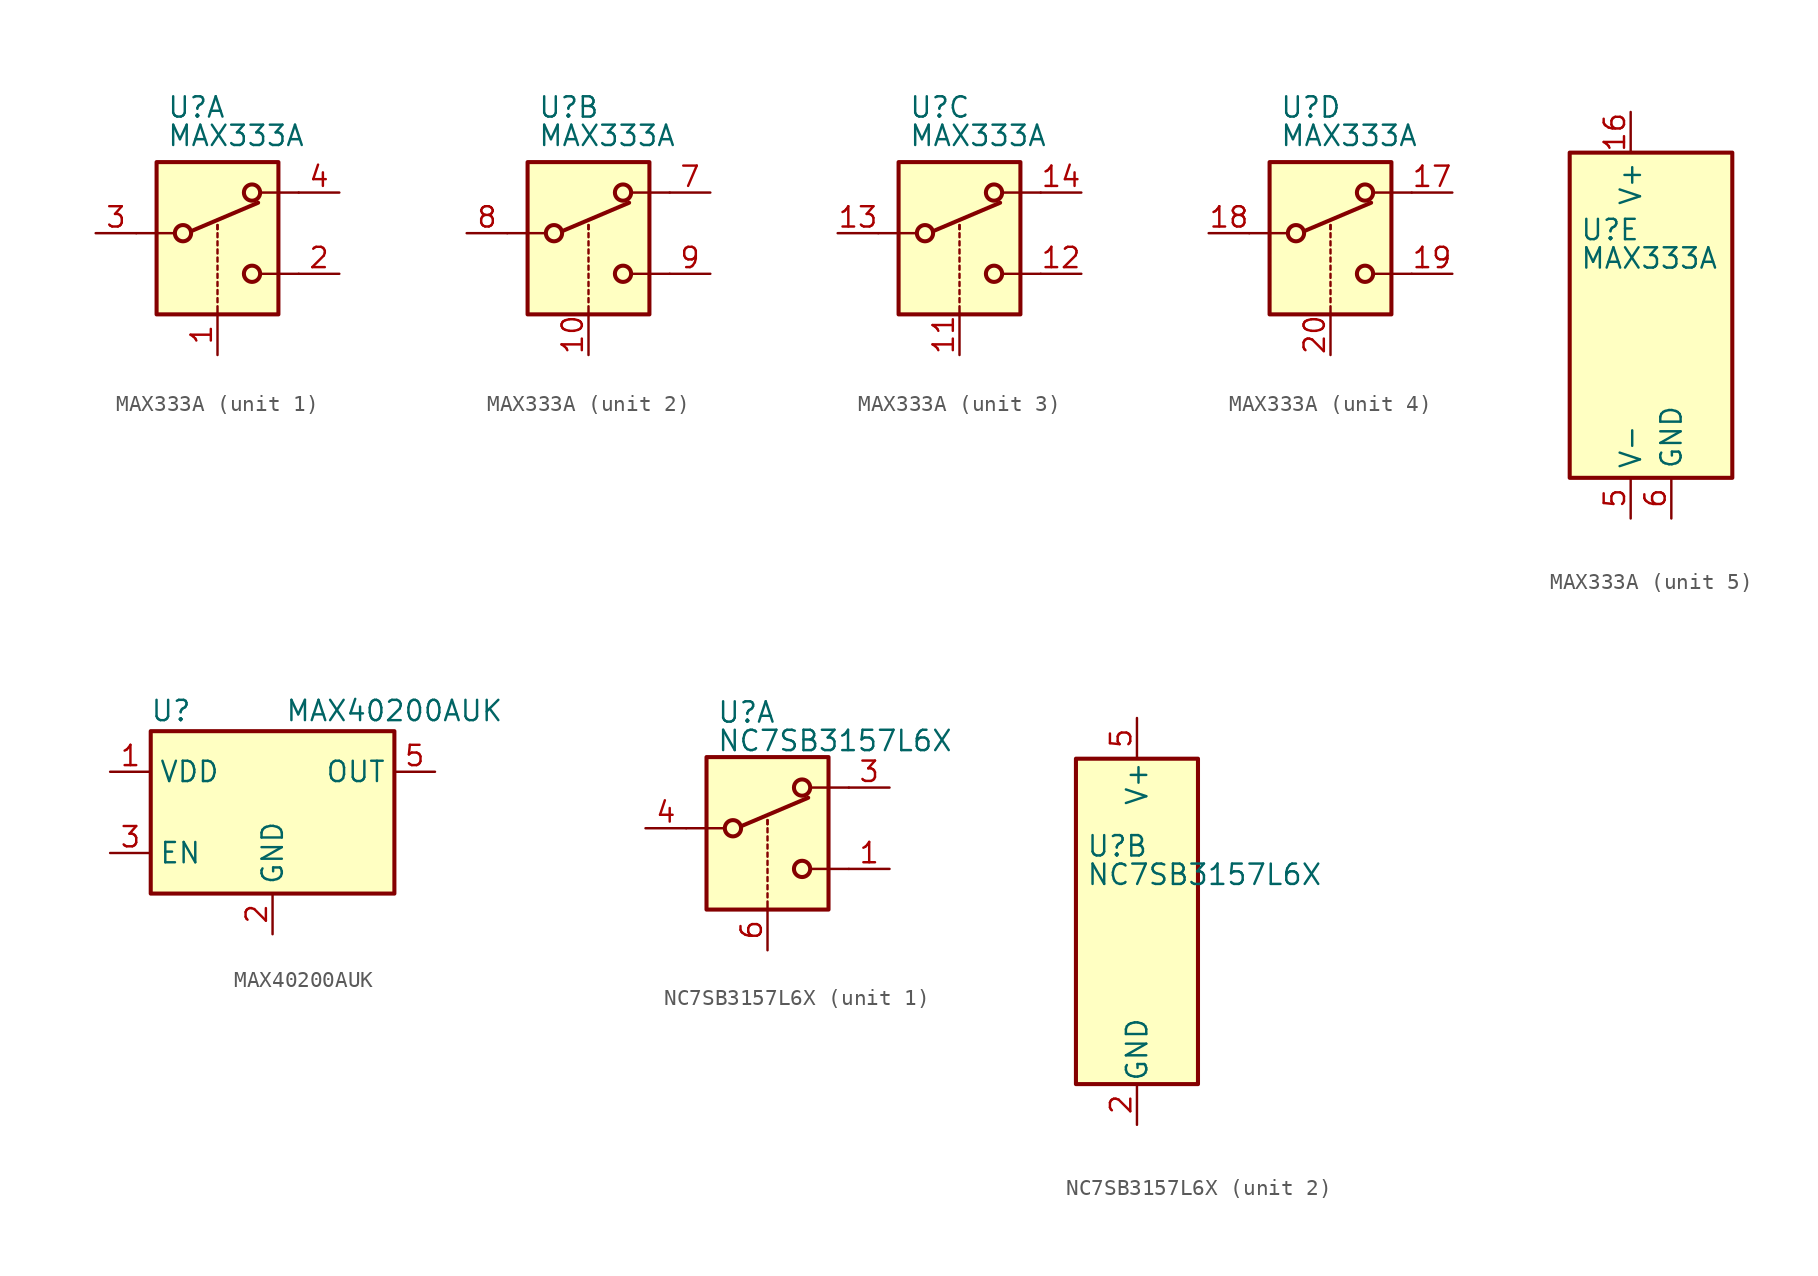
<source format=kicad_sym>
(kicad_symbol_lib
  (version 20220914)
  (generator kicad_symbol_editor)
  (symbol "MAX333A"
    (property "Reference" "U"
      (at -3.175 5.334 0)
      (effects (font (size 1.27 1.27)) (justify left)))
    (property "Value" "MAX333A"
      (at -3.175 3.556 0)
      (effects (font (size 1.27 1.27)) (justify left)))
    (symbol "MAX333A_1_1"
      (rectangle (start -3.81 1.905) (end 3.81 -7.62) (stroke (width 0.254) (type default)) (fill (type background)))
      (circle (center -2.159 -2.54) (radius 0.508) (stroke (width 0.254) (type default)) (fill (type none)))
      (polyline (pts (xy -5.08 -2.54) (xy -2.794 -2.54)) (stroke (width 0) (type default)) (fill (type none)))
      (polyline (pts (xy -1.651 -2.413) (xy 2.54 -0.635)) (stroke (width 0.254) (type default)) (fill (type none)))
      (polyline (pts (xy 0 -7.62) (xy 0 -7.112)) (stroke (width 0) (type default)) (fill (type none)))
      (polyline (pts (xy 0 -6.858) (xy 0 -6.604)) (stroke (width 0) (type default)) (fill (type none)))
      (polyline (pts (xy 0 -6.35) (xy 0 -6.096)) (stroke (width 0) (type default)) (fill (type none)))
      (polyline (pts (xy 0 -5.842) (xy 0 -5.588)) (stroke (width 0) (type default)) (fill (type none)))
      (polyline (pts (xy 0 -5.334) (xy 0 -5.08)) (stroke (width 0) (type default)) (fill (type none)))
      (polyline (pts (xy 0 -4.826) (xy 0 -4.572)) (stroke (width 0) (type default)) (fill (type none)))
      (polyline (pts (xy 0 -4.318) (xy 0 -4.064)) (stroke (width 0) (type default)) (fill (type none)))
      (polyline (pts (xy 0 -3.81) (xy 0 -3.556)) (stroke (width 0) (type default)) (fill (type none)))
      (polyline (pts (xy 0 -3.302) (xy 0 -3.048)) (stroke (width 0) (type default)) (fill (type none)))
      (polyline (pts (xy 0 -2.794) (xy 0 -2.54)) (stroke (width 0) (type default)) (fill (type none)))
      (polyline (pts (xy 0 -2.286) (xy 0 -2.032)) (stroke (width 0) (type default)) (fill (type none)))
      (polyline (pts (xy 0 -2.286) (xy 0 -2.032)) (stroke (width 0) (type default)) (fill (type none)))
      (polyline (pts (xy 5.08 -5.08) (xy 2.794 -5.08)) (stroke (width 0) (type default)) (fill (type none)))
      (polyline (pts (xy 5.08 0) (xy 2.794 0)) (stroke (width 0) (type default)) (fill (type none)))
      (circle (center 2.159 -5.08) (radius 0.508) (stroke (width 0.254) (type default)) (fill (type none)))
      (circle (center 2.159 0) (radius 0.508) (stroke (width 0.254) (type default)) (fill (type none)))
      (pin input line (at 0 -10.16 90) (length 2.54) (name "~" (effects (font (size 1.27 1.27)))) (number "1" (effects (font (size 1.27 1.27)))))
      (pin passive line (at 7.62 -5.08 180) (length 2.54) (name "~" (effects (font (size 1.27 1.27)))) (number "2" (effects (font (size 1.27 1.27)))))
      (pin passive line (at -7.62 -2.54 0) (length 2.54) (name "~" (effects (font (size 1.27 1.27)))) (number "3" (effects (font (size 1.27 1.27)))))
      (pin passive line (at 7.62 0 180) (length 2.54) (name "~" (effects (font (size 1.27 1.27)))) (number "4" (effects (font (size 1.27 1.27))))))
    (symbol "MAX333A_2_1"
      (rectangle (start -3.81 1.905) (end 3.81 -7.62) (stroke (width 0.254) (type default)) (fill (type background)))
      (circle (center -2.159 -2.54) (radius 0.508) (stroke (width 0.254) (type default)) (fill (type none)))
      (polyline (pts (xy -5.08 -2.54) (xy -2.794 -2.54)) (stroke (width 0) (type default)) (fill (type none)))
      (polyline (pts (xy -1.651 -2.413) (xy 2.54 -0.635)) (stroke (width 0.254) (type default)) (fill (type none)))
      (polyline (pts (xy 0 -7.62) (xy 0 -7.112)) (stroke (width 0) (type default)) (fill (type none)))
      (polyline (pts (xy 0 -6.858) (xy 0 -6.604)) (stroke (width 0) (type default)) (fill (type none)))
      (polyline (pts (xy 0 -6.35) (xy 0 -6.096)) (stroke (width 0) (type default)) (fill (type none)))
      (polyline (pts (xy 0 -5.842) (xy 0 -5.588)) (stroke (width 0) (type default)) (fill (type none)))
      (polyline (pts (xy 0 -5.334) (xy 0 -5.08)) (stroke (width 0) (type default)) (fill (type none)))
      (polyline (pts (xy 0 -4.826) (xy 0 -4.572)) (stroke (width 0) (type default)) (fill (type none)))
      (polyline (pts (xy 0 -4.318) (xy 0 -4.064)) (stroke (width 0) (type default)) (fill (type none)))
      (polyline (pts (xy 0 -3.81) (xy 0 -3.556)) (stroke (width 0) (type default)) (fill (type none)))
      (polyline (pts (xy 0 -3.302) (xy 0 -3.048)) (stroke (width 0) (type default)) (fill (type none)))
      (polyline (pts (xy 0 -2.794) (xy 0 -2.54)) (stroke (width 0) (type default)) (fill (type none)))
      (polyline (pts (xy 0 -2.286) (xy 0 -2.032)) (stroke (width 0) (type default)) (fill (type none)))
      (polyline (pts (xy 0 -2.286) (xy 0 -2.032)) (stroke (width 0) (type default)) (fill (type none)))
      (polyline (pts (xy 5.08 -5.08) (xy 2.794 -5.08)) (stroke (width 0) (type default)) (fill (type none)))
      (polyline (pts (xy 5.08 0) (xy 2.794 0)) (stroke (width 0) (type default)) (fill (type none)))
      (circle (center 2.159 -5.08) (radius 0.508) (stroke (width 0.254) (type default)) (fill (type none)))
      (circle (center 2.159 0) (radius 0.508) (stroke (width 0.254) (type default)) (fill (type none)))
      (pin input line (at 0 -10.16 90) (length 2.54) (name "~" (effects (font (size 1.27 1.27)))) (number "10" (effects (font (size 1.27 1.27)))))
      (pin passive line (at 7.62 0 180) (length 2.54) (name "~" (effects (font (size 1.27 1.27)))) (number "7" (effects (font (size 1.27 1.27)))))
      (pin passive line (at -7.62 -2.54 0) (length 2.54) (name "~" (effects (font (size 1.27 1.27)))) (number "8" (effects (font (size 1.27 1.27)))))
      (pin passive line (at 7.62 -5.08 180) (length 2.54) (name "~" (effects (font (size 1.27 1.27)))) (number "9" (effects (font (size 1.27 1.27))))))
    (symbol "MAX333A_3_1"
      (rectangle (start -3.81 1.905) (end 3.81 -7.62) (stroke (width 0.254) (type default)) (fill (type background)))
      (circle (center -2.159 -2.54) (radius 0.508) (stroke (width 0.254) (type default)) (fill (type none)))
      (polyline (pts (xy -5.08 -2.54) (xy -2.794 -2.54)) (stroke (width 0) (type default)) (fill (type none)))
      (polyline (pts (xy -1.651 -2.413) (xy 2.54 -0.635)) (stroke (width 0.254) (type default)) (fill (type none)))
      (polyline (pts (xy 0 -7.62) (xy 0 -7.112)) (stroke (width 0) (type default)) (fill (type none)))
      (polyline (pts (xy 0 -6.858) (xy 0 -6.604)) (stroke (width 0) (type default)) (fill (type none)))
      (polyline (pts (xy 0 -6.35) (xy 0 -6.096)) (stroke (width 0) (type default)) (fill (type none)))
      (polyline (pts (xy 0 -5.842) (xy 0 -5.588)) (stroke (width 0) (type default)) (fill (type none)))
      (polyline (pts (xy 0 -5.334) (xy 0 -5.08)) (stroke (width 0) (type default)) (fill (type none)))
      (polyline (pts (xy 0 -4.826) (xy 0 -4.572)) (stroke (width 0) (type default)) (fill (type none)))
      (polyline (pts (xy 0 -4.318) (xy 0 -4.064)) (stroke (width 0) (type default)) (fill (type none)))
      (polyline (pts (xy 0 -3.81) (xy 0 -3.556)) (stroke (width 0) (type default)) (fill (type none)))
      (polyline (pts (xy 0 -3.302) (xy 0 -3.048)) (stroke (width 0) (type default)) (fill (type none)))
      (polyline (pts (xy 0 -2.794) (xy 0 -2.54)) (stroke (width 0) (type default)) (fill (type none)))
      (polyline (pts (xy 0 -2.286) (xy 0 -2.032)) (stroke (width 0) (type default)) (fill (type none)))
      (polyline (pts (xy 0 -2.286) (xy 0 -2.032)) (stroke (width 0) (type default)) (fill (type none)))
      (polyline (pts (xy 5.08 -5.08) (xy 2.794 -5.08)) (stroke (width 0) (type default)) (fill (type none)))
      (polyline (pts (xy 5.08 0) (xy 2.794 0)) (stroke (width 0) (type default)) (fill (type none)))
      (circle (center 2.159 -5.08) (radius 0.508) (stroke (width 0.254) (type default)) (fill (type none)))
      (circle (center 2.159 0) (radius 0.508) (stroke (width 0.254) (type default)) (fill (type none)))
      (pin input line (at 0 -10.16 90) (length 2.54) (name "~" (effects (font (size 1.27 1.27)))) (number "11" (effects (font (size 1.27 1.27)))))
      (pin passive line (at 7.62 -5.08 180) (length 2.54) (name "~" (effects (font (size 1.27 1.27)))) (number "12" (effects (font (size 1.27 1.27)))))
      (pin passive line (at -7.62 -2.54 0) (length 2.54) (name "~" (effects (font (size 1.27 1.27)))) (number "13" (effects (font (size 1.27 1.27)))))
      (pin passive line (at 7.62 0 180) (length 2.54) (name "~" (effects (font (size 1.27 1.27)))) (number "14" (effects (font (size 1.27 1.27))))))
    (symbol "MAX333A_4_1"
      (rectangle (start -3.81 1.905) (end 3.81 -7.62) (stroke (width 0.254) (type default)) (fill (type background)))
      (circle (center -2.159 -2.54) (radius 0.508) (stroke (width 0.254) (type default)) (fill (type none)))
      (polyline (pts (xy -5.08 -2.54) (xy -2.794 -2.54)) (stroke (width 0) (type default)) (fill (type none)))
      (polyline (pts (xy -1.651 -2.413) (xy 2.54 -0.635)) (stroke (width 0.254) (type default)) (fill (type none)))
      (polyline (pts (xy 0 -7.62) (xy 0 -7.112)) (stroke (width 0) (type default)) (fill (type none)))
      (polyline (pts (xy 0 -6.858) (xy 0 -6.604)) (stroke (width 0) (type default)) (fill (type none)))
      (polyline (pts (xy 0 -6.35) (xy 0 -6.096)) (stroke (width 0) (type default)) (fill (type none)))
      (polyline (pts (xy 0 -5.842) (xy 0 -5.588)) (stroke (width 0) (type default)) (fill (type none)))
      (polyline (pts (xy 0 -5.334) (xy 0 -5.08)) (stroke (width 0) (type default)) (fill (type none)))
      (polyline (pts (xy 0 -4.826) (xy 0 -4.572)) (stroke (width 0) (type default)) (fill (type none)))
      (polyline (pts (xy 0 -4.318) (xy 0 -4.064)) (stroke (width 0) (type default)) (fill (type none)))
      (polyline (pts (xy 0 -3.81) (xy 0 -3.556)) (stroke (width 0) (type default)) (fill (type none)))
      (polyline (pts (xy 0 -3.302) (xy 0 -3.048)) (stroke (width 0) (type default)) (fill (type none)))
      (polyline (pts (xy 0 -2.794) (xy 0 -2.54)) (stroke (width 0) (type default)) (fill (type none)))
      (polyline (pts (xy 0 -2.286) (xy 0 -2.032)) (stroke (width 0) (type default)) (fill (type none)))
      (polyline (pts (xy 0 -2.286) (xy 0 -2.032)) (stroke (width 0) (type default)) (fill (type none)))
      (polyline (pts (xy 5.08 -5.08) (xy 2.794 -5.08)) (stroke (width 0) (type default)) (fill (type none)))
      (polyline (pts (xy 5.08 0) (xy 2.794 0)) (stroke (width 0) (type default)) (fill (type none)))
      (circle (center 2.159 -5.08) (radius 0.508) (stroke (width 0.254) (type default)) (fill (type none)))
      (circle (center 2.159 0) (radius 0.508) (stroke (width 0.254) (type default)) (fill (type none)))
      (pin passive line (at 7.62 0 180) (length 2.54) (name "~" (effects (font (size 1.27 1.27)))) (number "17" (effects (font (size 1.27 1.27)))))
      (pin passive line (at -7.62 -2.54 0) (length 2.54) (name "~" (effects (font (size 1.27 1.27)))) (number "18" (effects (font (size 1.27 1.27)))))
      (pin passive line (at 7.62 -5.08 180) (length 2.54) (name "~" (effects (font (size 1.27 1.27)))) (number "19" (effects (font (size 1.27 1.27)))))
      (pin input line (at 0 -10.16 90) (length 2.54) (name "~" (effects (font (size 1.27 1.27)))) (number "20" (effects (font (size 1.27 1.27))))))
    (symbol "MAX333A_5_0"
      (pin no_connect line (at 2.54 10.16 270) (length 2.54) hide (name "NC" (effects (font (size 1.27 1.27)))) (number "15" (effects (font (size 1.27 1.27)))))
      (pin power_in line (at 0 12.7 270) (length 2.54) (name "V+" (effects (font (size 1.27 1.27)))) (number "16" (effects (font (size 1.27 1.27)))))
      (pin power_in line (at 0 -12.7 90) (length 2.54) (name "V-" (effects (font (size 1.27 1.27)))) (number "5" (effects (font (size 1.27 1.27)))))
      (pin power_in line (at 2.54 -12.7 90) (length 2.54) (name "GND" (effects (font (size 1.27 1.27)))) (number "6" (effects (font (size 1.27 1.27))))))
    (symbol "MAX333A_5_1"
      (rectangle (start -3.81 10.16) (end 6.35 -10.16) (stroke (width 0.254) (type default)) (fill (type background)))))
  (symbol "MAX40200AUK"
    (property "Reference" "U"
      (at -6.35 6.35 0)
      (effects (font (size 1.27 1.27))))
    (property "Value" "MAX40200AUK"
      (at 7.62 6.35 0)
      (effects (font (size 1.27 1.27))))
    (symbol "MAX40200AUK_1_1"
      (rectangle (start -7.62 -5.08) (end 7.62 5.08) (stroke (width 0.254) (type default)) (fill (type background)))
      (pin power_in line (at -10.16 2.54 0) (length 2.54) (name "VDD" (effects (font (size 1.27 1.27)))) (number "1" (effects (font (size 1.27 1.27)))))
      (pin power_in line (at 0 -7.62 90) (length 2.54) (name "GND" (effects (font (size 1.27 1.27)))) (number "2" (effects (font (size 1.27 1.27)))))
      (pin input line (at -10.16 -2.54 0) (length 2.54) (name "EN" (effects (font (size 1.27 1.27)))) (number "3" (effects (font (size 1.27 1.27)))))
      (pin no_connect line (at 7.62 -2.54 180) (length 2.54) hide (name "NC" (effects (font (size 1.27 1.27)))) (number "4" (effects (font (size 1.27 1.27)))))
      (pin passive line (at 10.16 2.54 180) (length 2.54) (name "OUT" (effects (font (size 1.27 1.27)))) (number "5" (effects (font (size 1.27 1.27)))))))
  (symbol "NC7SB3157L6X"
    (pin_names
      (offset 0.127))
    (property "Reference" "U"
      (at -3.175 4.699 0)
      (effects (font (size 1.27 1.27)) (justify left)))
    (property "Value" "NC7SB3157L6X"
      (at -3.175 2.921 0)
      (effects (font (size 1.27 1.27)) (justify left)))
    (symbol "NC7SB3157L6X_1_1"
      (rectangle (start -3.81 1.905) (end 3.81 -7.62) (stroke (width 0.254) (type default)) (fill (type background)))
      (circle (center -2.159 -2.54) (radius 0.508) (stroke (width 0.254) (type default)) (fill (type none)))
      (polyline (pts (xy -5.08 -2.54) (xy -2.794 -2.54)) (stroke (width 0) (type default)) (fill (type none)))
      (polyline (pts (xy -1.651 -2.413) (xy 2.54 -0.635)) (stroke (width 0.254) (type default)) (fill (type none)))
      (polyline (pts (xy 0 -7.62) (xy 0 -7.112)) (stroke (width 0) (type default)) (fill (type none)))
      (polyline (pts (xy 0 -6.858) (xy 0 -6.604)) (stroke (width 0) (type default)) (fill (type none)))
      (polyline (pts (xy 0 -6.35) (xy 0 -6.096)) (stroke (width 0) (type default)) (fill (type none)))
      (polyline (pts (xy 0 -5.842) (xy 0 -5.588)) (stroke (width 0) (type default)) (fill (type none)))
      (polyline (pts (xy 0 -5.334) (xy 0 -5.08)) (stroke (width 0) (type default)) (fill (type none)))
      (polyline (pts (xy 0 -4.826) (xy 0 -4.572)) (stroke (width 0) (type default)) (fill (type none)))
      (polyline (pts (xy 0 -4.318) (xy 0 -4.064)) (stroke (width 0) (type default)) (fill (type none)))
      (polyline (pts (xy 0 -3.81) (xy 0 -3.556)) (stroke (width 0) (type default)) (fill (type none)))
      (polyline (pts (xy 0 -3.302) (xy 0 -3.048)) (stroke (width 0) (type default)) (fill (type none)))
      (polyline (pts (xy 0 -2.794) (xy 0 -2.54)) (stroke (width 0) (type default)) (fill (type none)))
      (polyline (pts (xy 0 -2.286) (xy 0 -2.032)) (stroke (width 0) (type default)) (fill (type none)))
      (polyline (pts (xy 0 -2.286) (xy 0 -2.032)) (stroke (width 0) (type default)) (fill (type none)))
      (polyline (pts (xy 5.08 -5.08) (xy 2.794 -5.08)) (stroke (width 0) (type default)) (fill (type none)))
      (polyline (pts (xy 5.08 0) (xy 2.794 0)) (stroke (width 0) (type default)) (fill (type none)))
      (circle (center 2.159 -5.08) (radius 0.508) (stroke (width 0.254) (type default)) (fill (type none)))
      (circle (center 2.159 0) (radius 0.508) (stroke (width 0.254) (type default)) (fill (type none)))
      (pin passive line (at 7.62 -5.08 180) (length 2.54) (name "~" (effects (font (size 1.27 1.27)))) (number "1" (effects (font (size 1.27 1.27)))))
      (pin passive line (at 7.62 0 180) (length 2.54) (name "~" (effects (font (size 1.27 1.27)))) (number "3" (effects (font (size 1.27 1.27)))))
      (pin passive line (at -7.62 -2.54 0) (length 2.54) (name "~" (effects (font (size 1.27 1.27)))) (number "4" (effects (font (size 1.27 1.27)))))
      (pin input line (at 0 -10.16 90) (length 2.54) (name "~" (effects (font (size 1.27 1.27)))) (number "6" (effects (font (size 1.27 1.27))))))
    (symbol "NC7SB3157L6X_2_0"
      (pin power_in line (at 0 -12.7 90) (length 2.54) (name "GND" (effects (font (size 1.27 1.27)))) (number "2" (effects (font (size 1.27 1.27)))))
      (pin power_in line (at 0 12.7 270) (length 2.54) (name "V+" (effects (font (size 1.27 1.27)))) (number "5" (effects (font (size 1.27 1.27))))))
    (symbol "NC7SB3157L6X_2_1"
      (rectangle (start -3.81 10.16) (end 3.81 -10.16) (stroke (width 0.254) (type default)) (fill (type background))))))
</source>
